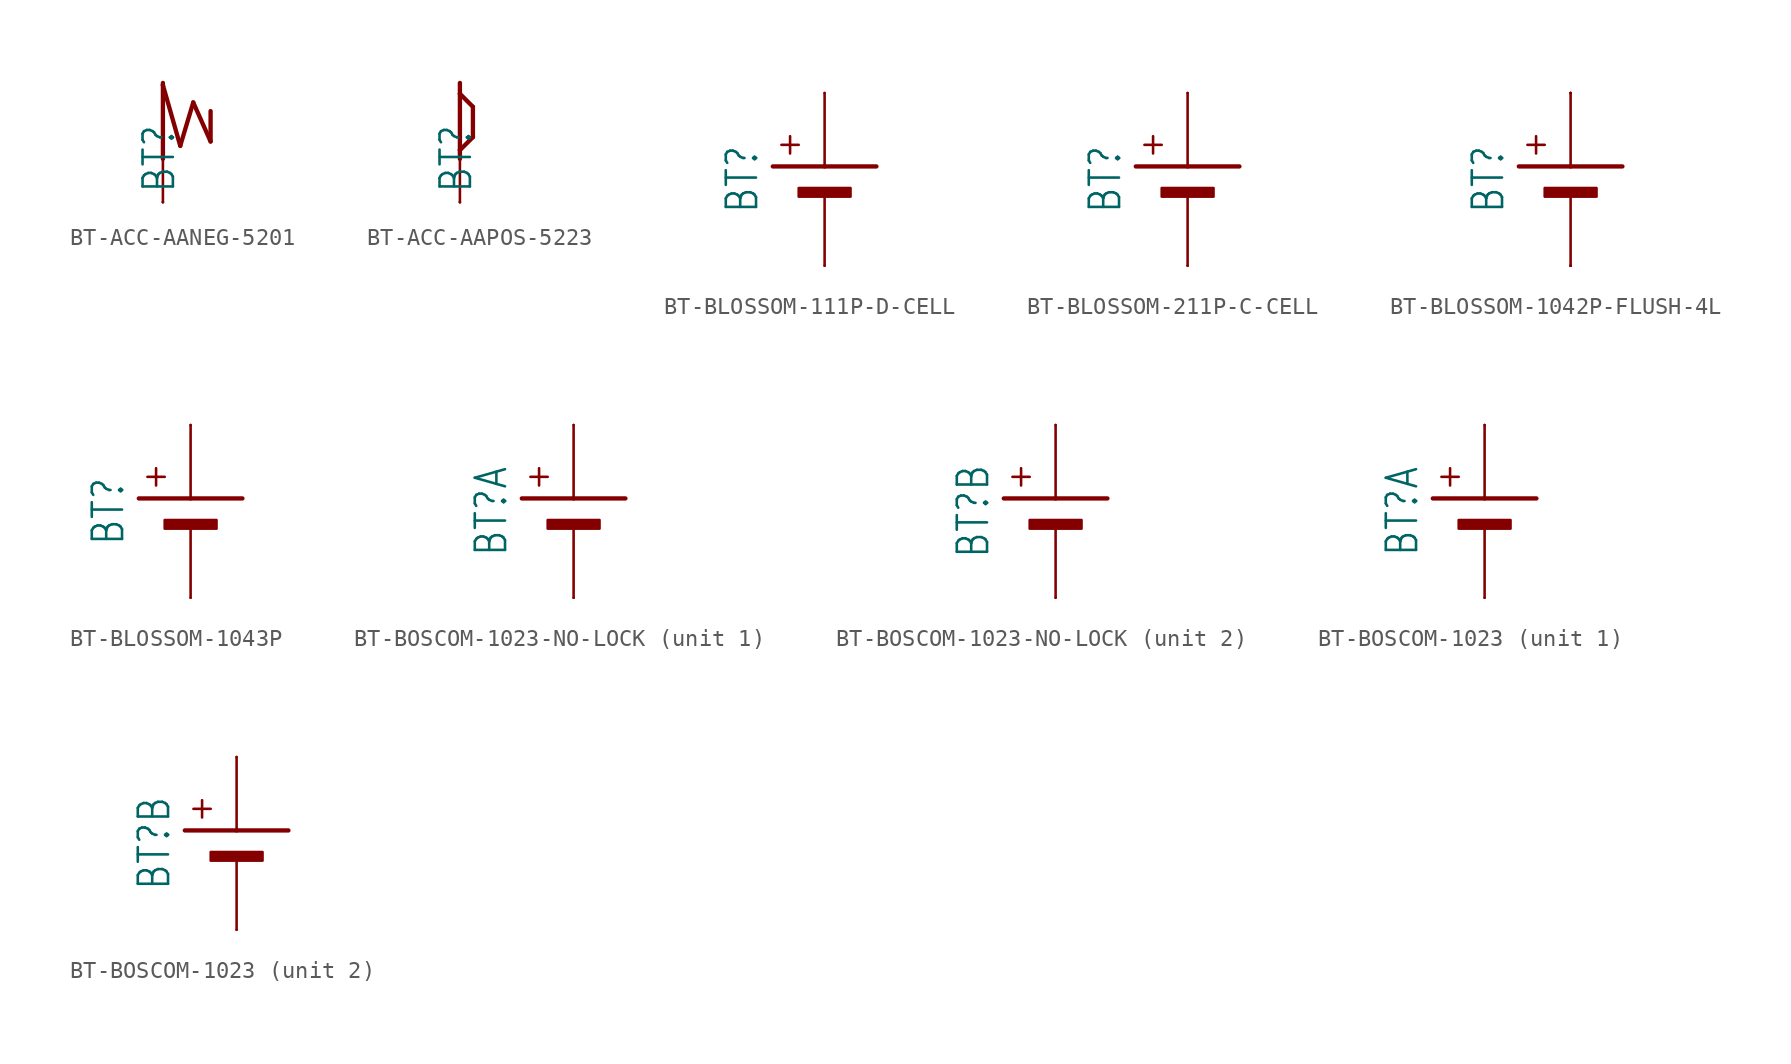
<source format=kicad_sym>
(kicad_symbol_lib
  (version 20231120)
  (generator "kicad_symbol_editor")
  (generator_version "8.0")
  (symbol "BT-ACC-AANEG-5201"
    (property "Reference" "BT"
      (at -1.27 2.54 90)
      (effects (font (size 1.778 1.511)) (justify top)))
    (property "Value" ""
      (at 3.81 2.54 90)
      (effects (font (size 1.778 1.511)) (justify bottom)))
    (property "ki_locked" ""
      (at 0 0 0)
      (effects (font (size 1.27 1.27))))
    (symbol "BT-ACC-AANEG-5201_1_0"
      (polyline (pts (xy 0 0) (xy 0 2.54)) (stroke (width 0.152) (type solid)) (fill (type none)))
      (polyline (pts (xy 0 2.54) (xy 0 6.858)) (stroke (width 0.254) (type solid)) (fill (type none)))
      (polyline (pts (xy 0 6.858) (xy 0 6.985)) (stroke (width 0.254) (type solid)) (fill (type none)))
      (polyline (pts (xy 0 6.858) (xy 1.016 3.302)) (stroke (width 0.254) (type solid)) (fill (type none)))
      (polyline (pts (xy 1.016 3.302) (xy 1.778 5.842)) (stroke (width 0.254) (type solid)) (fill (type none)))
      (polyline (pts (xy 1.778 5.842) (xy 2.794 3.556)) (stroke (width 0.254) (type solid)) (fill (type none)))
      (polyline (pts (xy 2.794 3.556) (xy 2.794 5.334)) (stroke (width 0.254) (type solid)) (fill (type none)))
      (pin passive line (at 0 0 90) (length 0) (name "0" (effects (font (size 0 0)))) (number "0" (effects (font (size 0 0)))))
      (pin passive line (at 0 0 90) (length 0) (name "0" (effects (font (size 0 0)))) (number "1" (effects (font (size 0 0)))))))
  (symbol "BT-ACC-AAPOS-5223"
    (property "Reference" "BT"
      (at -1.27 2.54 90)
      (effects (font (size 1.778 1.511)) (justify top)))
    (property "Value" ""
      (at 3.81 2.54 90)
      (effects (font (size 1.778 1.511)) (justify bottom)))
    (property "ki_locked" ""
      (at 0 0 0)
      (effects (font (size 1.27 1.27))))
    (symbol "BT-ACC-AAPOS-5223_1_0"
      (polyline (pts (xy 0 0) (xy 0 2.54)) (stroke (width 0.152) (type solid)) (fill (type none)))
      (polyline (pts (xy 0 2.54) (xy 0 3.048)) (stroke (width 0.254) (type solid)) (fill (type none)))
      (polyline (pts (xy 0 3.048) (xy 0 6.35)) (stroke (width 0.254) (type solid)) (fill (type none)))
      (polyline (pts (xy 0 3.048) (xy 0.762 3.81)) (stroke (width 0.254) (type solid)) (fill (type none)))
      (polyline (pts (xy 0 6.35) (xy 0 6.985)) (stroke (width 0.254) (type solid)) (fill (type none)))
      (polyline (pts (xy 0.762 3.81) (xy 0.762 5.588)) (stroke (width 0.254) (type solid)) (fill (type none)))
      (polyline (pts (xy 0.762 5.588) (xy 0 6.35)) (stroke (width 0.254) (type solid)) (fill (type none)))
      (pin passive line (at 0 0 90) (length 0) (name "0" (effects (font (size 0 0)))) (number "0" (effects (font (size 0 0)))))
      (pin passive line (at 0 0 90) (length 0) (name "0" (effects (font (size 0 0)))) (number "1" (effects (font (size 0 0)))))))
  (symbol "BT-BLOSSOM-111P-D-CELL"
    (property "Reference" "BT"
      (at -3.81 0 90)
      (effects (font (size 1.778 1.511)) (justify bottom)))
    (property "Value" ""
      (at 3.81 0 90)
      (effects (font (size 1.778 1.511)) (justify top)))
    (property "ki_locked" ""
      (at 0 0 0)
      (effects (font (size 1.27 1.27))))
    (symbol "BT-BLOSSOM-111P-D-CELL_1_0"
      (rectangle (start -1.524 -1.016) (end 1.524 -0.508) (stroke (width 0) (type default)) (fill (type outline)))
      (polyline (pts (xy -3.048 0.762) (xy 0 0.762)) (stroke (width 0.254) (type solid)) (fill (type none)))
      (polyline (pts (xy -2.54 2.032) (xy -1.524 2.032)) (stroke (width 0.152) (type solid)) (fill (type none)))
      (polyline (pts (xy -2.032 1.524) (xy -2.032 2.54)) (stroke (width 0.152) (type solid)) (fill (type none)))
      (polyline (pts (xy 0 -0.762) (xy 0 -5.08)) (stroke (width 0.152) (type solid)) (fill (type none)))
      (polyline (pts (xy 0 0.762) (xy 3.048 0.762)) (stroke (width 0.254) (type solid)) (fill (type none)))
      (polyline (pts (xy 0 5.08) (xy 0 0.762)) (stroke (width 0.152) (type solid)) (fill (type none)))
      (pin passive line (at 0 -5.08 90) (length 0) (name "M" (effects (font (size 0 0)))) (number "M" (effects (font (size 0 0)))))
      (pin passive line (at 0 5.08 270) (length 0) (name "P" (effects (font (size 0 0)))) (number "P" (effects (font (size 0 0)))))))
  (symbol "BT-BLOSSOM-211P-C-CELL"
    (property "Reference" "BT"
      (at -3.81 0 90)
      (effects (font (size 1.778 1.511)) (justify bottom)))
    (property "Value" ""
      (at 3.81 0 90)
      (effects (font (size 1.778 1.511)) (justify top)))
    (property "ki_locked" ""
      (at 0 0 0)
      (effects (font (size 1.27 1.27))))
    (symbol "BT-BLOSSOM-211P-C-CELL_1_0"
      (rectangle (start -1.524 -1.016) (end 1.524 -0.508) (stroke (width 0) (type default)) (fill (type outline)))
      (polyline (pts (xy -3.048 0.762) (xy 0 0.762)) (stroke (width 0.254) (type solid)) (fill (type none)))
      (polyline (pts (xy -2.54 2.032) (xy -1.524 2.032)) (stroke (width 0.152) (type solid)) (fill (type none)))
      (polyline (pts (xy -2.032 1.524) (xy -2.032 2.54)) (stroke (width 0.152) (type solid)) (fill (type none)))
      (polyline (pts (xy 0 -0.762) (xy 0 -5.08)) (stroke (width 0.152) (type solid)) (fill (type none)))
      (polyline (pts (xy 0 0.762) (xy 3.048 0.762)) (stroke (width 0.254) (type solid)) (fill (type none)))
      (polyline (pts (xy 0 5.08) (xy 0 0.762)) (stroke (width 0.152) (type solid)) (fill (type none)))
      (pin passive line (at 0 -5.08 90) (length 0) (name "M" (effects (font (size 0 0)))) (number "M" (effects (font (size 0 0)))))
      (pin passive line (at 0 5.08 270) (length 0) (name "P" (effects (font (size 0 0)))) (number "P" (effects (font (size 0 0)))))))
  (symbol "BT-BLOSSOM-1042P-FLUSH-4L"
    (property "Reference" "BT"
      (at -3.81 0 90)
      (effects (font (size 1.778 1.511)) (justify bottom)))
    (property "Value" ""
      (at 3.81 0 90)
      (effects (font (size 1.778 1.511)) (justify top)))
    (property "ki_locked" ""
      (at 0 0 0)
      (effects (font (size 1.27 1.27))))
    (symbol "BT-BLOSSOM-1042P-FLUSH-4L_1_0"
      (rectangle (start -1.524 -1.016) (end 1.524 -0.508) (stroke (width 0) (type default)) (fill (type outline)))
      (polyline (pts (xy -3.048 0.762) (xy 0 0.762)) (stroke (width 0.254) (type solid)) (fill (type none)))
      (polyline (pts (xy -2.54 2.032) (xy -1.524 2.032)) (stroke (width 0.152) (type solid)) (fill (type none)))
      (polyline (pts (xy -2.032 1.524) (xy -2.032 2.54)) (stroke (width 0.152) (type solid)) (fill (type none)))
      (polyline (pts (xy 0 -0.762) (xy 0 -5.08)) (stroke (width 0.152) (type solid)) (fill (type none)))
      (polyline (pts (xy 0 0.762) (xy 3.048 0.762)) (stroke (width 0.254) (type solid)) (fill (type none)))
      (polyline (pts (xy 0 5.08) (xy 0 0.762)) (stroke (width 0.152) (type solid)) (fill (type none)))
      (pin passive line (at 0 -5.08 90) (length 0) (name "M" (effects (font (size 0 0)))) (number "M" (effects (font (size 0 0)))))
      (pin passive line (at 0 -5.08 90) (length 0) (name "M" (effects (font (size 0 0)))) (number "M1" (effects (font (size 0 0)))))
      (pin passive line (at 0 -5.08 90) (length 0) (name "M" (effects (font (size 0 0)))) (number "M2" (effects (font (size 0 0)))))
      (pin passive line (at 0 5.08 270) (length 0) (name "P" (effects (font (size 0 0)))) (number "P" (effects (font (size 0 0)))))
      (pin passive line (at 0 5.08 270) (length 0) (name "P" (effects (font (size 0 0)))) (number "P1" (effects (font (size 0 0)))))
      (pin passive line (at 0 5.08 270) (length 0) (name "P" (effects (font (size 0 0)))) (number "P2" (effects (font (size 0 0)))))))
  (symbol "BT-BLOSSOM-1043P"
    (property "Reference" "BT"
      (at -3.81 0 90)
      (effects (font (size 1.778 1.511)) (justify bottom)))
    (property "Value" ""
      (at 3.81 0 90)
      (effects (font (size 1.778 1.511)) (justify top)))
    (property "ki_locked" ""
      (at 0 0 0)
      (effects (font (size 1.27 1.27))))
    (symbol "BT-BLOSSOM-1043P_1_0"
      (rectangle (start -1.524 -1.016) (end 1.524 -0.508) (stroke (width 0) (type default)) (fill (type outline)))
      (polyline (pts (xy -3.048 0.762) (xy 0 0.762)) (stroke (width 0.254) (type solid)) (fill (type none)))
      (polyline (pts (xy -2.54 2.032) (xy -1.524 2.032)) (stroke (width 0.152) (type solid)) (fill (type none)))
      (polyline (pts (xy -2.032 1.524) (xy -2.032 2.54)) (stroke (width 0.152) (type solid)) (fill (type none)))
      (polyline (pts (xy 0 -0.762) (xy 0 -5.08)) (stroke (width 0.152) (type solid)) (fill (type none)))
      (polyline (pts (xy 0 0.762) (xy 3.048 0.762)) (stroke (width 0.254) (type solid)) (fill (type none)))
      (polyline (pts (xy 0 5.08) (xy 0 0.762)) (stroke (width 0.152) (type solid)) (fill (type none)))
      (pin passive line (at 0 -5.08 90) (length 0) (name "M" (effects (font (size 0 0)))) (number "M" (effects (font (size 0 0)))))
      (pin passive line (at 0 5.08 270) (length 0) (name "P" (effects (font (size 0 0)))) (number "P" (effects (font (size 0 0)))))))
  (symbol "BT-BOSCOM-1023-NO-LOCK"
    (property "Reference" "BT"
      (at -3.81 0 90)
      (effects (font (size 1.778 1.511)) (justify bottom)))
    (property "Value" ""
      (at 3.81 0 90)
      (effects (font (size 1.778 1.511)) (justify top)))
    (property "ki_locked" ""
      (at 0 0 0)
      (effects (font (size 1.27 1.27))))
    (symbol "BT-BOSCOM-1023-NO-LOCK_1_0"
      (rectangle (start -1.524 -1.016) (end 1.524 -0.508) (stroke (width 0) (type default)) (fill (type outline)))
      (polyline (pts (xy -3.048 0.762) (xy 0 0.762)) (stroke (width 0.254) (type solid)) (fill (type none)))
      (polyline (pts (xy -2.54 2.032) (xy -1.524 2.032)) (stroke (width 0.152) (type solid)) (fill (type none)))
      (polyline (pts (xy -2.032 1.524) (xy -2.032 2.54)) (stroke (width 0.152) (type solid)) (fill (type none)))
      (polyline (pts (xy 0 -0.762) (xy 0 -5.08)) (stroke (width 0.152) (type solid)) (fill (type none)))
      (polyline (pts (xy 0 0.762) (xy 3.048 0.762)) (stroke (width 0.254) (type solid)) (fill (type none)))
      (polyline (pts (xy 0 5.08) (xy 0 0.762)) (stroke (width 0.152) (type solid)) (fill (type none)))
      (pin passive line (at 0 -5.08 90) (length 0) (name "M" (effects (font (size 0 0)))) (number "M1" (effects (font (size 0 0)))))
      (pin passive line (at 0 5.08 270) (length 0) (name "P" (effects (font (size 0 0)))) (number "P1" (effects (font (size 0 0))))))
    (symbol "BT-BOSCOM-1023-NO-LOCK_2_0"
      (rectangle (start -1.524 -1.016) (end 1.524 -0.508) (stroke (width 0) (type default)) (fill (type outline)))
      (polyline (pts (xy -3.048 0.762) (xy 0 0.762)) (stroke (width 0.254) (type solid)) (fill (type none)))
      (polyline (pts (xy -2.54 2.032) (xy -1.524 2.032)) (stroke (width 0.152) (type solid)) (fill (type none)))
      (polyline (pts (xy -2.032 1.524) (xy -2.032 2.54)) (stroke (width 0.152) (type solid)) (fill (type none)))
      (polyline (pts (xy 0 -0.762) (xy 0 -5.08)) (stroke (width 0.152) (type solid)) (fill (type none)))
      (polyline (pts (xy 0 0.762) (xy 3.048 0.762)) (stroke (width 0.254) (type solid)) (fill (type none)))
      (polyline (pts (xy 0 5.08) (xy 0 0.762)) (stroke (width 0.152) (type solid)) (fill (type none)))
      (pin passive line (at 0 -5.08 90) (length 0) (name "M" (effects (font (size 0 0)))) (number "M2" (effects (font (size 0 0)))))
      (pin passive line (at 0 5.08 270) (length 0) (name "P" (effects (font (size 0 0)))) (number "P2" (effects (font (size 0 0)))))))
  (symbol "BT-BOSCOM-1023"
    (property "Reference" "BT"
      (at -3.81 0 90)
      (effects (font (size 1.778 1.511)) (justify bottom)))
    (property "Value" ""
      (at 3.81 0 90)
      (effects (font (size 1.778 1.511)) (justify top)))
    (property "ki_locked" ""
      (at 0 0 0)
      (effects (font (size 1.27 1.27))))
    (symbol "BT-BOSCOM-1023_1_0"
      (rectangle (start -1.524 -1.016) (end 1.524 -0.508) (stroke (width 0) (type default)) (fill (type outline)))
      (polyline (pts (xy -3.048 0.762) (xy 0 0.762)) (stroke (width 0.254) (type solid)) (fill (type none)))
      (polyline (pts (xy -2.54 2.032) (xy -1.524 2.032)) (stroke (width 0.152) (type solid)) (fill (type none)))
      (polyline (pts (xy -2.032 1.524) (xy -2.032 2.54)) (stroke (width 0.152) (type solid)) (fill (type none)))
      (polyline (pts (xy 0 -0.762) (xy 0 -5.08)) (stroke (width 0.152) (type solid)) (fill (type none)))
      (polyline (pts (xy 0 0.762) (xy 3.048 0.762)) (stroke (width 0.254) (type solid)) (fill (type none)))
      (polyline (pts (xy 0 5.08) (xy 0 0.762)) (stroke (width 0.152) (type solid)) (fill (type none)))
      (pin passive line (at 0 -5.08 90) (length 0) (name "M" (effects (font (size 0 0)))) (number "M1" (effects (font (size 0 0)))))
      (pin passive line (at 0 5.08 270) (length 0) (name "P" (effects (font (size 0 0)))) (number "P1" (effects (font (size 0 0))))))
    (symbol "BT-BOSCOM-1023_2_0"
      (rectangle (start -1.524 -1.016) (end 1.524 -0.508) (stroke (width 0) (type default)) (fill (type outline)))
      (polyline (pts (xy -3.048 0.762) (xy 0 0.762)) (stroke (width 0.254) (type solid)) (fill (type none)))
      (polyline (pts (xy -2.54 2.032) (xy -1.524 2.032)) (stroke (width 0.152) (type solid)) (fill (type none)))
      (polyline (pts (xy -2.032 1.524) (xy -2.032 2.54)) (stroke (width 0.152) (type solid)) (fill (type none)))
      (polyline (pts (xy 0 -0.762) (xy 0 -5.08)) (stroke (width 0.152) (type solid)) (fill (type none)))
      (polyline (pts (xy 0 0.762) (xy 3.048 0.762)) (stroke (width 0.254) (type solid)) (fill (type none)))
      (polyline (pts (xy 0 5.08) (xy 0 0.762)) (stroke (width 0.152) (type solid)) (fill (type none)))
      (pin passive line (at 0 -5.08 90) (length 0) (name "M" (effects (font (size 0 0)))) (number "M2" (effects (font (size 0 0)))))
      (pin passive line (at 0 5.08 270) (length 0) (name "P" (effects (font (size 0 0)))) (number "P2" (effects (font (size 0 0))))))))
</source>
